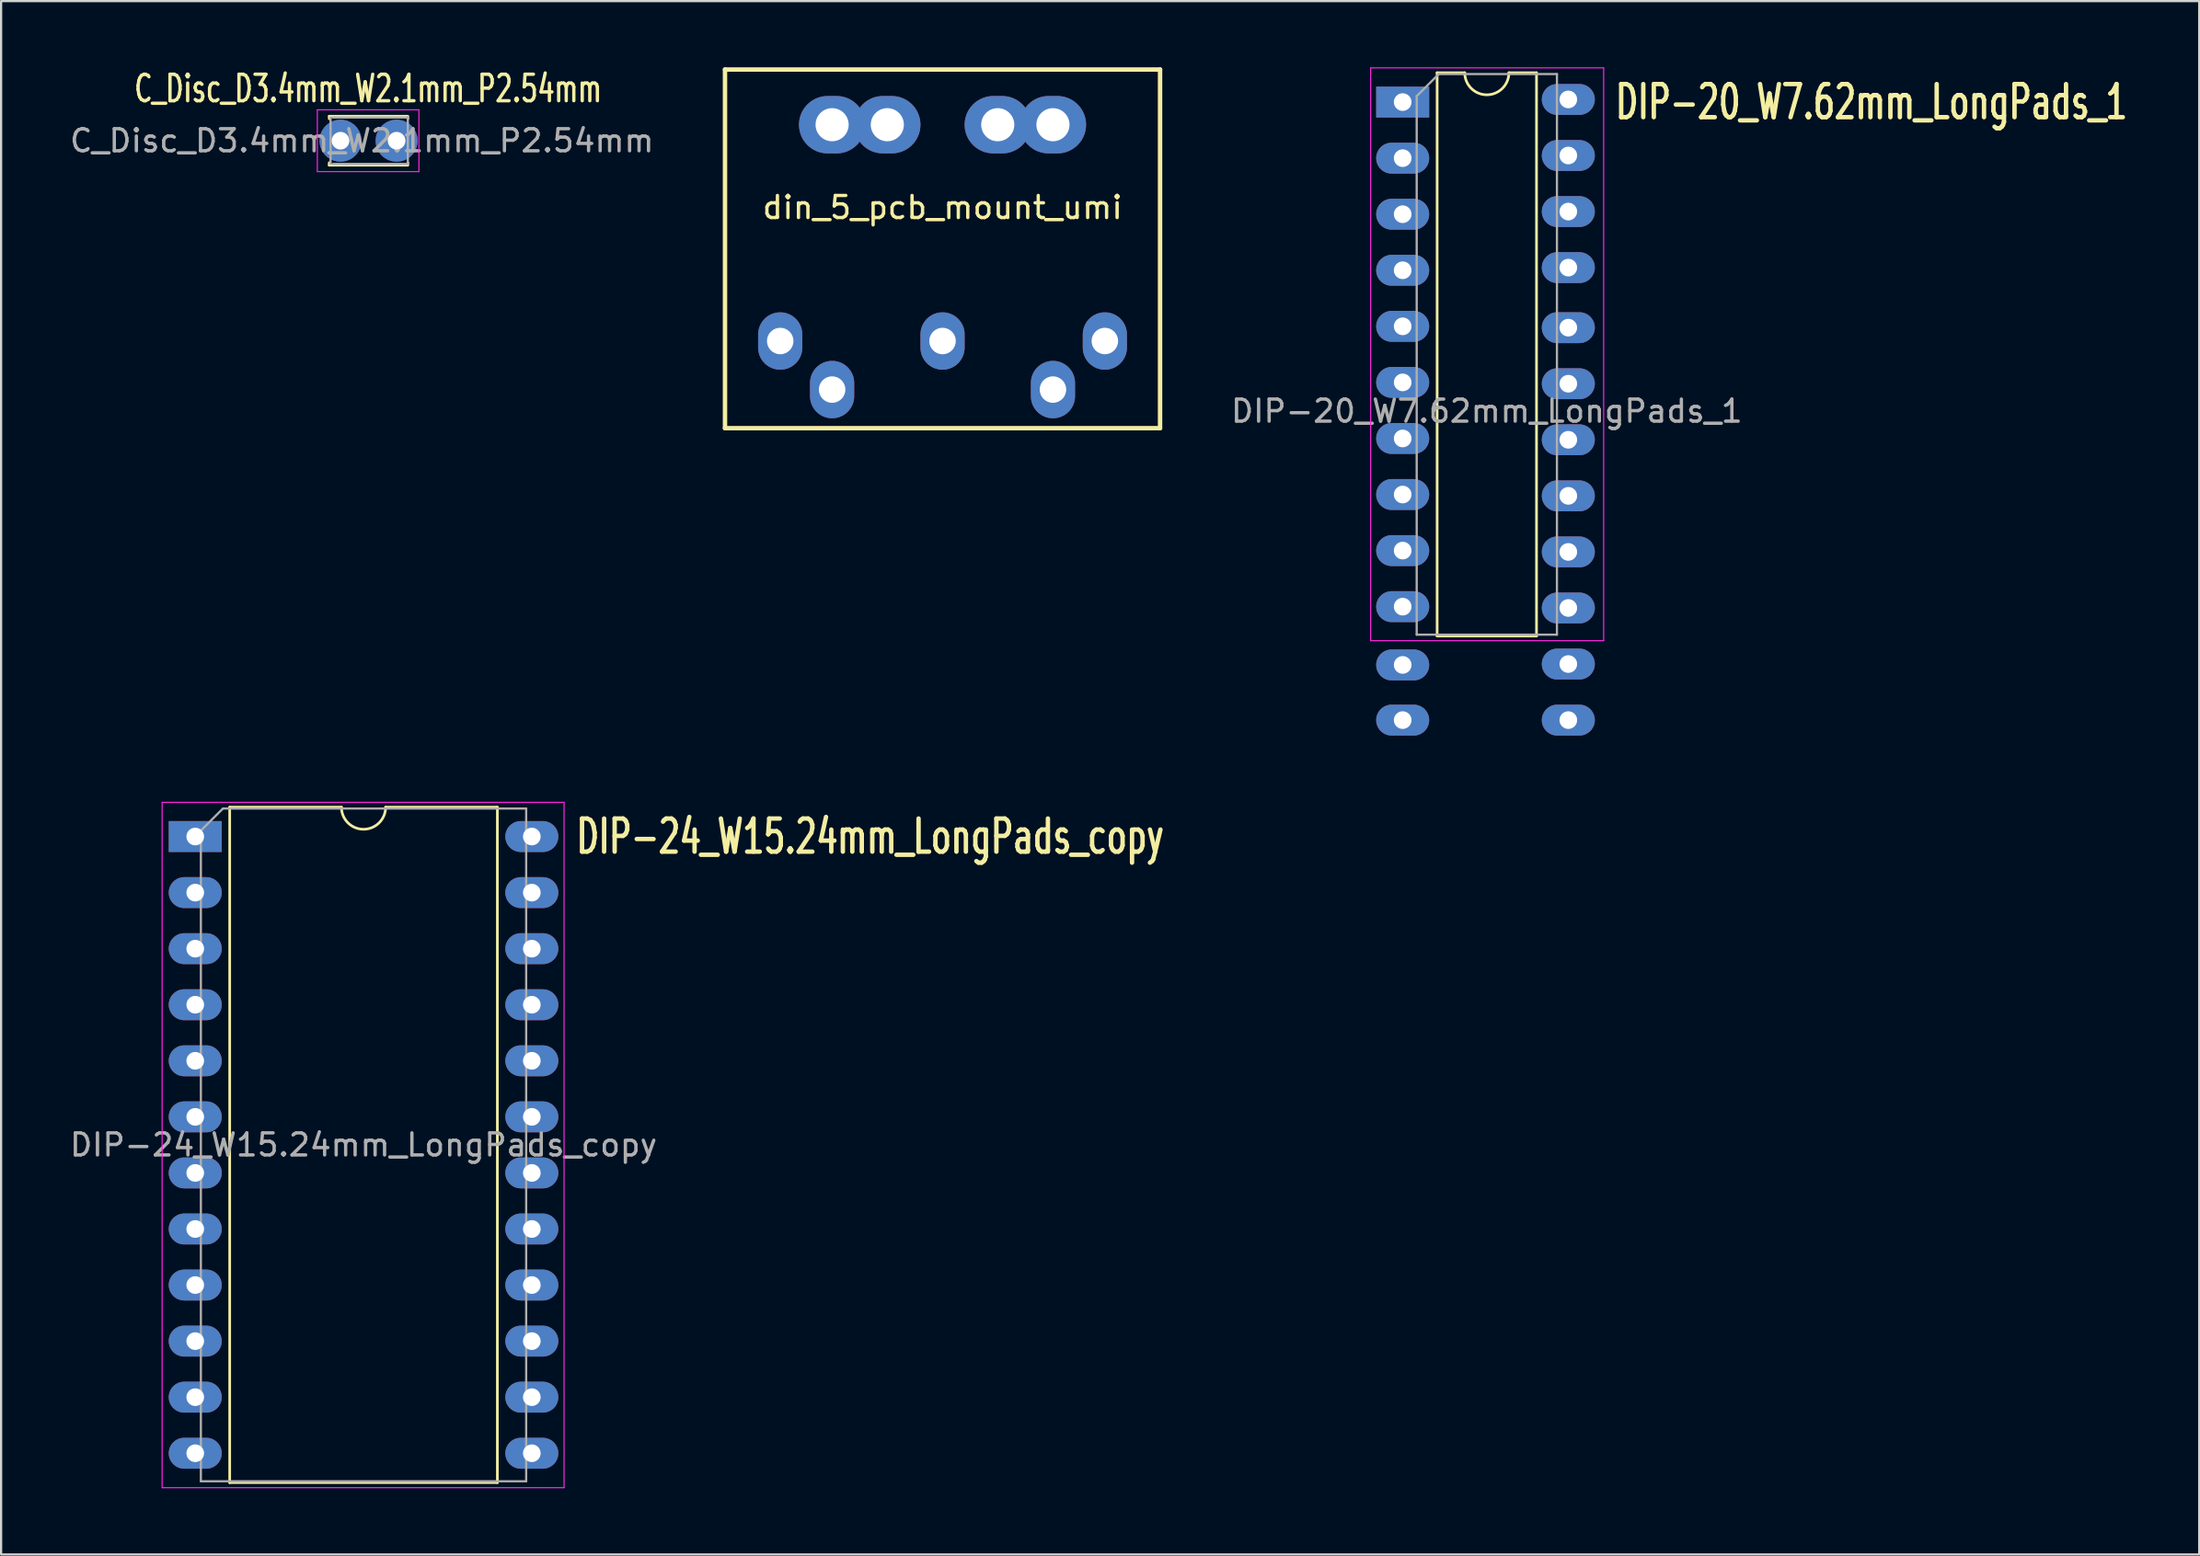
<source format=kicad_pcb>
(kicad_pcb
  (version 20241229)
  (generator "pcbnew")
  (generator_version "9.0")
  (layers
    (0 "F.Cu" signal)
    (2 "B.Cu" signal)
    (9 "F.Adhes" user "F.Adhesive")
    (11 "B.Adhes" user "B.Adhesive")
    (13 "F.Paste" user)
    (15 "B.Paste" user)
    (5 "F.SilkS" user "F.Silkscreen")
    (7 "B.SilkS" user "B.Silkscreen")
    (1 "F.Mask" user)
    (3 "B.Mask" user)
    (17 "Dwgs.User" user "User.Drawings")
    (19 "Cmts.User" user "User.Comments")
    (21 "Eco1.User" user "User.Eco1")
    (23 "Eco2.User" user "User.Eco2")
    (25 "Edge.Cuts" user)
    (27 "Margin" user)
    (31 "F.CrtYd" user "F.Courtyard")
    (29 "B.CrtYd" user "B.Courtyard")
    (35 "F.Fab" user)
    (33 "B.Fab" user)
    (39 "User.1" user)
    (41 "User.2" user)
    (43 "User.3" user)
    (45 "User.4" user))
  (footprint "C_Disc_D3.4mm_W2.1mm_P2.54mm"
    (layer "F.Cu")
    (at 12.369 3.325)
    (property "Reference" "C_Disc_D3.4mm_W2.1mm_P2.54mm" (at 1.25 -2.36 0) (layer "F.SilkS") (effects (font (size 1.2 0.8) (thickness 0.15))))
    (attr through_hole)
    (fp_line (start -0.51 -1.11) (end -0.51 -0.996) (stroke (width 0.12) (type solid)) (layer "F.SilkS"))
    (fp_line (start -0.51 -1.11) (end 3.01 -1.11) (stroke (width 0.12) (type solid)) (layer "F.SilkS"))
    (fp_line (start -0.51 0.996) (end -0.51 1.11) (stroke (width 0.12) (type solid)) (layer "F.SilkS"))
    (fp_line (start -0.51 1.11) (end 3.01 1.11) (stroke (width 0.12) (type solid)) (layer "F.SilkS"))
    (fp_line (start 3.048 -1.11) (end 3.048 -0.996) (stroke (width 0.12) (type solid)) (layer "F.SilkS"))
    (fp_line (start 3.048 0.996) (end 3.048 1.11) (stroke (width 0.12) (type solid)) (layer "F.SilkS"))
    (fp_line (start -1.05 -1.4) (end -1.05 1.4) (stroke (width 0.05) (type solid)) (layer "F.CrtYd"))
    (fp_line (start -1.05 1.4) (end 3.55 1.4) (stroke (width 0.05) (type solid)) (layer "F.CrtYd"))
    (fp_line (start 3.55 -1.4) (end -1.05 -1.4) (stroke (width 0.05) (type solid)) (layer "F.CrtYd"))
    (fp_line (start 3.55 1.4) (end 3.55 -1.4) (stroke (width 0.05) (type solid)) (layer "F.CrtYd"))
    (fp_line (start -0.45 -1.05) (end -0.45 1.05) (stroke (width 0.1) (type solid)) (layer "F.Fab"))
    (fp_line (start -0.352 1.053) (end 3.048 1.053) (stroke (width 0.1) (type solid)) (layer "F.Fab"))
    (fp_line (start 3.048 -1.053) (end -0.352 -1.053) (stroke (width 0.1) (type solid)) (layer "F.Fab"))
    (fp_line (start 3.048 1.016) (end 3.048 -1.084) (stroke (width 0.1) (type solid)) (layer "F.Fab"))
    (fp_text user "${REFERENCE}" (at 0.97 0 0) (layer "F.Fab") (effects (font (size 1 1) (thickness 0.15))))
    (pad "1" thru_hole circle (at 0 0) (size 1.9 1.9) (drill 0.8) (layers "*.Cu" "*.Mask"))
    (pad "2" thru_hole circle (at 2.54 0) (size 1.9 1.9) (drill 0.8) (layers "*.Cu" "*.Mask")))
  (footprint "DIP-24_W15.24mm_LongPads_copy"
    (layer "F.Cu")
    (at 5.791 34.85)
    (property "Reference" "DIP-24_W15.24mm_LongPads_copy" (at 17.145 0 0) (layer "F.SilkS") (effects (font (size 1.5 1) (thickness 0.2)) (justify left)))
    (attr through_hole)
    (fp_line (start 1.56 -1.33) (end 1.56 29.27) (stroke (width 0.12) (type solid)) (layer "F.SilkS"))
    (fp_line (start 1.56 29.27) (end 13.68 29.27) (stroke (width 0.12) (type solid)) (layer "F.SilkS"))
    (fp_line (start 6.62 -1.33) (end 1.56 -1.33) (stroke (width 0.12) (type solid)) (layer "F.SilkS"))
    (fp_line (start 13.68 -1.33) (end 8.62 -1.33) (stroke (width 0.12) (type solid)) (layer "F.SilkS"))
    (fp_line (start 13.68 29.27) (end 13.68 -1.33) (stroke (width 0.12) (type solid)) (layer "F.SilkS"))
    (fp_arc (start 8.62 -1.33) (mid 7.62 -0.33) (end 6.62 -1.33) (stroke (width 0.12) (type solid)) (layer "F.SilkS"))
    (fp_line (start -1.5 -1.55) (end -1.5 29.5) (stroke (width 0.05) (type solid)) (layer "F.CrtYd"))
    (fp_line (start -1.5 29.5) (end 16.7 29.5) (stroke (width 0.05) (type solid)) (layer "F.CrtYd"))
    (fp_line (start 16.7 -1.55) (end -1.5 -1.55) (stroke (width 0.05) (type solid)) (layer "F.CrtYd"))
    (fp_line (start 16.7 29.5) (end 16.7 -1.55) (stroke (width 0.05) (type solid)) (layer "F.CrtYd"))
    (fp_line (start 0.255 -0.27) (end 1.255 -1.27) (stroke (width 0.1) (type solid)) (layer "F.Fab"))
    (fp_line (start 0.255 29.21) (end 0.255 -0.27) (stroke (width 0.1) (type solid)) (layer "F.Fab"))
    (fp_line (start 1.255 -1.27) (end 14.985 -1.27) (stroke (width 0.1) (type solid)) (layer "F.Fab"))
    (fp_line (start 14.985 -1.27) (end 14.985 29.21) (stroke (width 0.1) (type solid)) (layer "F.Fab"))
    (fp_line (start 14.985 29.21) (end 0.255 29.21) (stroke (width 0.1) (type solid)) (layer "F.Fab"))
    (fp_text user "${REFERENCE}" (at 7.62 13.97 0) (layer "F.Fab") (effects (font (size 1 1) (thickness 0.15))))
    (pad "1" thru_hole rect (at 0 0) (size 2.4 1.4) (drill 0.8) (layers "*.Cu" "*.Mask"))
    (pad "2" thru_hole oval (at 0 2.54) (size 2.4 1.4) (drill 0.8) (layers "*.Cu" "*.Mask"))
    (pad "3" thru_hole oval (at 0 5.08) (size 2.4 1.4) (drill 0.8) (layers "*.Cu" "*.Mask"))
    (pad "4" thru_hole oval (at 0 7.62) (size 2.4 1.4) (drill 0.8) (layers "*.Cu" "*.Mask"))
    (pad "5" thru_hole oval (at 0 10.16) (size 2.4 1.4) (drill 0.8) (layers "*.Cu" "*.Mask"))
    (pad "6" thru_hole oval (at 0 12.7) (size 2.4 1.4) (drill 0.8) (layers "*.Cu" "*.Mask"))
    (pad "7" thru_hole oval (at 0 15.24) (size 2.4 1.4) (drill 0.8) (layers "*.Cu" "*.Mask"))
    (pad "8" thru_hole oval (at 0 17.78) (size 2.4 1.4) (drill 0.8) (layers "*.Cu" "*.Mask"))
    (pad "9" thru_hole oval (at 0 20.32) (size 2.4 1.4) (drill 0.8) (layers "*.Cu" "*.Mask"))
    (pad "10" thru_hole oval (at 0 22.86) (size 2.4 1.4) (drill 0.8) (layers "*.Cu" "*.Mask"))
    (pad "11" thru_hole oval (at 0 25.4) (size 2.4 1.4) (drill 0.8) (layers "*.Cu" "*.Mask"))
    (pad "12" thru_hole oval (at 0 27.94) (size 2.4 1.4) (drill 0.8) (layers "*.Cu" "*.Mask"))
    (pad "13" thru_hole oval (at 15.24 27.94) (size 2.4 1.4) (drill 0.8) (layers "*.Cu" "*.Mask"))
    (pad "14" thru_hole oval (at 15.24 25.4) (size 2.4 1.4) (drill 0.8) (layers "*.Cu" "*.Mask"))
    (pad "15" thru_hole oval (at 15.24 22.86) (size 2.4 1.4) (drill 0.8) (layers "*.Cu" "*.Mask"))
    (pad "16" thru_hole oval (at 15.24 20.32) (size 2.4 1.4) (drill 0.8) (layers "*.Cu" "*.Mask"))
    (pad "17" thru_hole oval (at 15.24 17.78) (size 2.4 1.4) (drill 0.8) (layers "*.Cu" "*.Mask"))
    (pad "18" thru_hole oval (at 15.24 15.24) (size 2.4 1.4) (drill 0.8) (layers "*.Cu" "*.Mask"))
    (pad "19" thru_hole oval (at 15.24 12.7) (size 2.4 1.4) (drill 0.8) (layers "*.Cu" "*.Mask"))
    (pad "20" thru_hole oval (at 15.24 10.16) (size 2.4 1.4) (drill 0.8) (layers "*.Cu" "*.Mask"))
    (pad "21" thru_hole oval (at 15.24 7.62) (size 2.4 1.4) (drill 0.8) (layers "*.Cu" "*.Mask"))
    (pad "22" thru_hole oval (at 15.24 5.08) (size 2.4 1.4) (drill 0.8) (layers "*.Cu" "*.Mask"))
    (pad "23" thru_hole oval (at 15.24 2.54) (size 2.4 1.4) (drill 0.8) (layers "*.Cu" "*.Mask"))
    (pad "24" thru_hole oval (at 15.24 0) (size 2.4 1.4) (drill 0.8) (layers "*.Cu" "*.Mask")))
  (footprint "din_5_pcb_mount_umi"
    (layer "F.Cu")
    (at 39.629 7.35)
    (property "Reference" "din_5_pcb_mount_umi" (at 0 -1 0) (layer "F.SilkS") (effects (font (size 1 1) (thickness 0.15))))
    (attr through_hole)
    (fp_line (start -9.85 -7.25) (end -9.85 9) (stroke (width 0.2) (type solid)) (layer "F.SilkS"))
    (fp_line (start -9.85 9) (end 9.85 9) (stroke (width 0.2) (type solid)) (layer "F.SilkS"))
    (fp_line (start 9.85 -7.25) (end -9.85 -7.25) (stroke (width 0.2) (type solid)) (layer "F.SilkS"))
    (fp_line (start 9.85 9) (end 9.85 -7.25) (stroke (width 0.2) (type solid)) (layer "F.SilkS"))
    (pad "1" thru_hole oval (at -7.35 5.05) (size 2 2.6) (drill 1.2) (layers "*.Cu" "*.Mask"))
    (pad "2" thru_hole oval (at 0 5.05) (size 2 2.6) (drill 1.2) (layers "*.Cu" "*.Mask"))
    (pad "3" thru_hole oval (at 7.35 5.05) (size 2 2.6) (drill 1.2) (layers "*.Cu" "*.Mask"))
    (pad "4" thru_hole oval (at -5 7.25) (size 2 2.6) (drill 1.2) (layers "*.Cu" "*.Mask"))
    (pad "5" thru_hole oval (at 5 7.25) (size 2 2.6) (drill 1.2) (layers "*.Cu" "*.Mask"))
    (pad "S1" thru_hole oval (at -5 -4.75) (size 3 2.6) (drill 1.5) (layers "*.Cu" "*.Mask"))
    (pad "S1" thru_hole oval (at -2.5 -4.75) (size 3 2.6) (drill 1.5) (layers "*.Cu" "*.Mask"))
    (pad "S1" thru_hole oval (at 2.5 -4.75) (size 3 2.6) (drill 1.5) (layers "*.Cu" "*.Mask"))
    (pad "S1" thru_hole oval (at 5 -4.75) (size 3 2.6) (drill 1.5) (layers "*.Cu" "*.Mask")))
  (footprint "DIP-20_W7.62mm_LongPads_1"
    (layer "F.Cu")
    (at 60.465 1.575)
    (property "Reference" "DIP-20_W7.62mm_LongPads_1" (at 9.525 0 0) (layer "F.SilkS") (effects (font (size 1.5 1) (thickness 0.2)) (justify left)))
    (attr through_hole)
    (fp_line (start 1.56 -1.33) (end 1.56 24.19) (stroke (width 0.12) (type solid)) (layer "F.SilkS"))
    (fp_line (start 1.56 24.19) (end 6.06 24.19) (stroke (width 0.12) (type solid)) (layer "F.SilkS"))
    (fp_line (start 2.81 -1.33) (end 1.56 -1.33) (stroke (width 0.12) (type solid)) (layer "F.SilkS"))
    (fp_line (start 6.06 -1.33) (end 4.81 -1.33) (stroke (width 0.12) (type solid)) (layer "F.SilkS"))
    (fp_line (start 6.06 24.19) (end 6.06 -1.33) (stroke (width 0.12) (type solid)) (layer "F.SilkS"))
    (fp_arc (start 4.81 -1.33) (mid 3.81 -0.33) (end 2.81 -1.33) (stroke (width 0.12) (type solid)) (layer "F.SilkS"))
    (fp_line (start -1.45 -1.55) (end -1.45 24.4) (stroke (width 0.05) (type solid)) (layer "F.CrtYd"))
    (fp_line (start -1.45 24.4) (end 9.1 24.4) (stroke (width 0.05) (type solid)) (layer "F.CrtYd"))
    (fp_line (start 9.1 -1.55) (end -1.45 -1.55) (stroke (width 0.05) (type solid)) (layer "F.CrtYd"))
    (fp_line (start 9.1 24.4) (end 9.1 -1.55) (stroke (width 0.05) (type solid)) (layer "F.CrtYd"))
    (fp_line (start 0.635 -0.27) (end 1.635 -1.27) (stroke (width 0.1) (type solid)) (layer "F.Fab"))
    (fp_line (start 0.635 24.13) (end 0.635 -0.27) (stroke (width 0.1) (type solid)) (layer "F.Fab"))
    (fp_line (start 1.635 -1.27) (end 6.985 -1.27) (stroke (width 0.1) (type solid)) (layer "F.Fab"))
    (fp_line (start 6.985 -1.27) (end 6.985 24.13) (stroke (width 0.1) (type solid)) (layer "F.Fab"))
    (fp_line (start 6.985 24.13) (end 0.635 24.13) (stroke (width 0.1) (type solid)) (layer "F.Fab"))
    (fp_text user "${REFERENCE}" (at 3.81 14 0) (layer "F.Fab") (effects (font (size 1 1) (thickness 0.15))))
    (pad "1" thru_hole rect (at 0 0) (size 2.4 1.4) (drill 0.8) (layers "*.Cu" "*.Mask"))
    (pad "2" thru_hole oval (at 0 2.54) (size 2.4 1.4) (drill 0.8) (layers "*.Cu" "*.Mask"))
    (pad "3" thru_hole oval (at 0 5.08) (size 2.4 1.4) (drill 0.8) (layers "*.Cu" "*.Mask"))
    (pad "4" thru_hole oval (at 0 7.62) (size 2.4 1.4) (drill 0.8) (layers "*.Cu" "*.Mask"))
    (pad "5" thru_hole oval (at 0 10.16) (size 2.4 1.4) (drill 0.8) (layers "*.Cu" "*.Mask"))
    (pad "6" thru_hole oval (at 0 12.7) (size 2.4 1.4) (drill 0.8) (layers "*.Cu" "*.Mask"))
    (pad "7" thru_hole oval (at 0 15.24) (size 2.4 1.4) (drill 0.8) (layers "*.Cu" "*.Mask"))
    (pad "8" thru_hole oval (at 0 17.78) (size 2.4 1.4) (drill 0.8) (layers "*.Cu" "*.Mask"))
    (pad "9" thru_hole oval (at 0 20.32) (size 2.4 1.4) (drill 0.8) (layers "*.Cu" "*.Mask"))
    (pad "10" thru_hole oval (at 0 22.86) (size 2.4 1.4) (drill 0.8) (layers "*.Cu" "*.Mask"))
    (pad "11" thru_hole oval (at 0 25.5) (size 2.4 1.4) (drill 0.8) (layers "*.Cu" "*.Mask"))
    (pad "12" thru_hole oval (at 0 28) (size 2.4 1.4) (drill 0.8) (layers "*.Cu" "*.Mask"))
    (pad "13" thru_hole oval (at 7.5 28) (size 2.4 1.4) (drill 0.8) (layers "*.Cu" "*.Mask"))
    (pad "14" thru_hole oval (at 7.5 25.46) (size 2.4 1.4) (drill 0.8) (layers "*.Cu" "*.Mask"))
    (pad "15" thru_hole oval (at 7.5 22.92) (size 2.4 1.4) (drill 0.8) (layers "*.Cu" "*.Mask"))
    (pad "16" thru_hole oval (at 7.5 20.38) (size 2.4 1.4) (drill 0.8) (layers "*.Cu" "*.Mask"))
    (pad "17" thru_hole oval (at 7.5 17.84) (size 2.4 1.4) (drill 0.8) (layers "*.Cu" "*.Mask"))
    (pad "18" thru_hole oval (at 7.5 15.3) (size 2.4 1.4) (drill 0.8) (layers "*.Cu" "*.Mask"))
    (pad "19" thru_hole oval (at 7.5 12.76) (size 2.4 1.4) (drill 0.8) (layers "*.Cu" "*.Mask"))
    (pad "20" thru_hole oval (at 7.5 10.22) (size 2.4 1.4) (drill 0.8) (layers "*.Cu" "*.Mask"))
    (pad "21" thru_hole oval (at 7.5 7.5) (size 2.4 1.4) (drill 0.8) (layers "*.Cu" "*.Mask"))
    (pad "22" thru_hole oval (at 7.5 4.96) (size 2.4 1.4) (drill 0.8) (layers "*.Cu" "*.Mask"))
    (pad "23" thru_hole oval (at 7.5 2.42) (size 2.4 1.4) (drill 0.8) (layers "*.Cu" "*.Mask"))
    (pad "24" thru_hole oval (at 7.5 -0.12) (size 2.4 1.4) (drill 0.8) (layers "*.Cu" "*.Mask")))
  (gr_rect
    (start -3 -3)
    (end 96.533 67.375)
    (stroke (width 0.1) (type default))
    (fill no)
    (layer "Edge.Cuts")))
</source>
